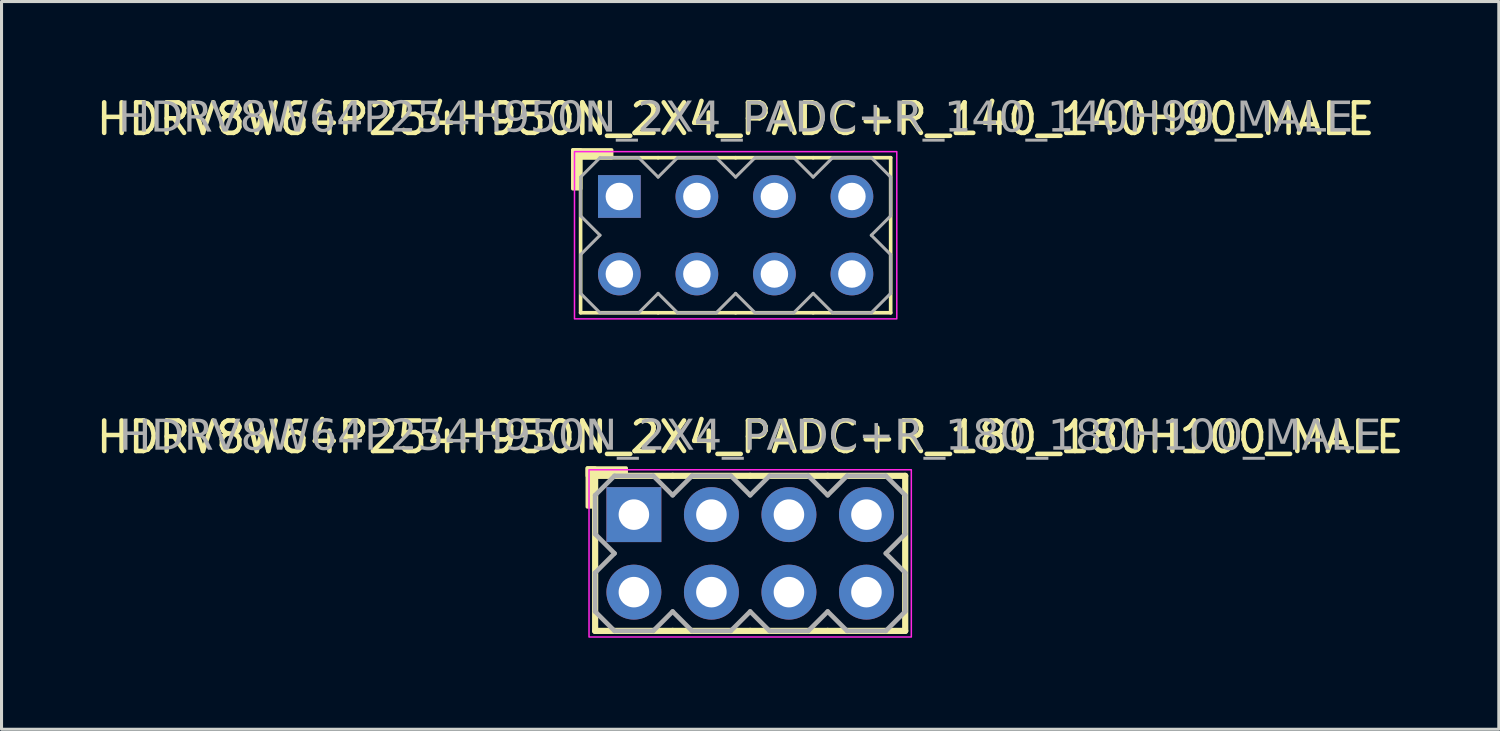
<source format=kicad_pcb>
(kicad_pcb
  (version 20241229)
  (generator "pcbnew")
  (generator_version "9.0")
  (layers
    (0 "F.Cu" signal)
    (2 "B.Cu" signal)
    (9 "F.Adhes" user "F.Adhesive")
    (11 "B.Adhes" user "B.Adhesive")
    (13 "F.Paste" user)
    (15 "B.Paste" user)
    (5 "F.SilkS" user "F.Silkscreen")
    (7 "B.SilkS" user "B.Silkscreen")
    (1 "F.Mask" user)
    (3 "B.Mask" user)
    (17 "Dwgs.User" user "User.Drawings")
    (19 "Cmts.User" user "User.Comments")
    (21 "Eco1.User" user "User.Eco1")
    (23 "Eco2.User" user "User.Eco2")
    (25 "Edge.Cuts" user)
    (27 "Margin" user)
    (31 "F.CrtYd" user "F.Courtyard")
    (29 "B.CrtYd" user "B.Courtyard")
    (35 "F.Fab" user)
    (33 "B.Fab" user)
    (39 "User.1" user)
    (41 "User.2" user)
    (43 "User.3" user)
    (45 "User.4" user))
  (footprint "HDRV8W64P254H950N_2X4_PADC+R_140_140H90_MALE"
    (layer "F.Cu")
    (at 21.054 4.658)
    (property "Reference" "HDRV8W64P254H950N_2X4_PADC+R_140_140H90_MALE" (at 0 -3.81 0) (layer "F.SilkS") (effects (font (size 1 1) (thickness 0.15))))
    (attr through_hole)
    (fp_line (start -5.08 2.54) (end -5.08 -2.54) (stroke (width 0.12) (type solid)) (layer "F.SilkS"))
    (fp_line (start -2.54 -2.54) (end -5.08 -2.54) (stroke (width 0.12) (type solid)) (layer "F.SilkS"))
    (fp_line (start -2.54 2.54) (end -5.08 2.54) (stroke (width 0.12) (type solid)) (layer "F.SilkS"))
    (fp_line (start 0 -2.54) (end -2.54 -2.54) (stroke (width 0.12) (type solid)) (layer "F.SilkS"))
    (fp_line (start 0 2.54) (end -2.54 2.54) (stroke (width 0.12) (type solid)) (layer "F.SilkS"))
    (fp_line (start 2.54 -2.54) (end 0 -2.54) (stroke (width 0.12) (type solid)) (layer "F.SilkS"))
    (fp_line (start 2.54 2.54) (end 0 2.54) (stroke (width 0.12) (type solid)) (layer "F.SilkS"))
    (fp_line (start 5.08 -2.54) (end 2.54 -2.54) (stroke (width 0.12) (type solid)) (layer "F.SilkS"))
    (fp_line (start 5.08 2.54) (end 2.54 2.54) (stroke (width 0.12) (type solid)) (layer "F.SilkS"))
    (fp_line (start 5.08 2.54) (end 5.08 -2.54) (stroke (width 0.12) (type solid)) (layer "F.SilkS"))
    (fp_rect (start -5.334 -1.524) (end -5.08 -2.794) (stroke (width 0.12) (type solid)) (fill yes) (layer "F.SilkS"))
    (fp_rect (start -4.064 -2.54) (end -5.334 -2.794) (stroke (width 0.12) (type solid)) (fill yes) (layer "F.SilkS"))
    (fp_rect (start -5.28 -2.74) (end 5.28 2.74) (stroke (width 0.05) (type default)) (fill no) (layer "F.CrtYd"))
    (fp_line (start -5.08 -1.905) (end -5.08 -0.635) (stroke (width 0.1) (type solid)) (layer "F.Fab"))
    (fp_line (start -5.08 -1.905) (end -4.445 -2.54) (stroke (width 0.1) (type solid)) (layer "F.Fab"))
    (fp_line (start -5.08 0.635) (end -5.08 1.905) (stroke (width 0.1) (type solid)) (layer "F.Fab"))
    (fp_line (start -4.445 -2.54) (end -3.175 -2.54) (stroke (width 0.1) (type solid)) (layer "F.Fab"))
    (fp_line (start -4.445 0) (end -5.08 -0.635) (stroke (width 0.1) (type solid)) (layer "F.Fab"))
    (fp_line (start -4.445 0) (end -5.08 0.635) (stroke (width 0.1) (type solid)) (layer "F.Fab"))
    (fp_line (start -4.445 2.54) (end -5.08 1.905) (stroke (width 0.1) (type solid)) (layer "F.Fab"))
    (fp_line (start -3.175 -2.54) (end -2.54 -1.905) (stroke (width 0.1) (type solid)) (layer "F.Fab"))
    (fp_line (start -3.175 2.54) (end -4.445 2.54) (stroke (width 0.1) (type solid)) (layer "F.Fab"))
    (fp_line (start -2.54 -1.905) (end -1.905 -2.54) (stroke (width 0.1) (type solid)) (layer "F.Fab"))
    (fp_line (start -2.54 1.905) (end -3.175 2.54) (stroke (width 0.1) (type solid)) (layer "F.Fab"))
    (fp_line (start -1.905 -2.54) (end -0.635 -2.54) (stroke (width 0.1) (type solid)) (layer "F.Fab"))
    (fp_line (start -1.905 2.54) (end -2.54 1.905) (stroke (width 0.1) (type solid)) (layer "F.Fab"))
    (fp_line (start -0.635 -2.54) (end 0 -1.905) (stroke (width 0.1) (type solid)) (layer "F.Fab"))
    (fp_line (start -0.635 2.54) (end -1.905 2.54) (stroke (width 0.1) (type solid)) (layer "F.Fab"))
    (fp_line (start 0 -1.905) (end 0.635 -2.54) (stroke (width 0.1) (type solid)) (layer "F.Fab"))
    (fp_line (start 0 1.905) (end -0.635 2.54) (stroke (width 0.1) (type solid)) (layer "F.Fab"))
    (fp_line (start 0.635 -2.54) (end 1.905 -2.54) (stroke (width 0.1) (type solid)) (layer "F.Fab"))
    (fp_line (start 0.635 2.54) (end 0 1.905) (stroke (width 0.1) (type solid)) (layer "F.Fab"))
    (fp_line (start 1.905 -2.54) (end 2.54 -1.905) (stroke (width 0.1) (type solid)) (layer "F.Fab"))
    (fp_line (start 1.905 2.54) (end 0.635 2.54) (stroke (width 0.1) (type solid)) (layer "F.Fab"))
    (fp_line (start 2.54 -1.905) (end 3.175 -2.54) (stroke (width 0.1) (type solid)) (layer "F.Fab"))
    (fp_line (start 2.54 1.905) (end 1.905 2.54) (stroke (width 0.1) (type solid)) (layer "F.Fab"))
    (fp_line (start 3.175 -2.54) (end 4.445 -2.54) (stroke (width 0.1) (type solid)) (layer "F.Fab"))
    (fp_line (start 3.175 2.54) (end 2.54 1.905) (stroke (width 0.1) (type solid)) (layer "F.Fab"))
    (fp_line (start 4.445 -2.54) (end 5.08 -1.905) (stroke (width 0.1) (type solid)) (layer "F.Fab"))
    (fp_line (start 4.445 0) (end 5.08 0.635) (stroke (width 0.1) (type solid)) (layer "F.Fab"))
    (fp_line (start 4.445 2.54) (end 3.175 2.54) (stroke (width 0.1) (type solid)) (layer "F.Fab"))
    (fp_line (start 5.08 -1.905) (end 5.08 -0.635) (stroke (width 0.1) (type solid)) (layer "F.Fab"))
    (fp_line (start 5.08 -0.635) (end 4.445 0) (stroke (width 0.1) (type solid)) (layer "F.Fab"))
    (fp_line (start 5.08 0.635) (end 5.08 1.905) (stroke (width 0.1) (type solid)) (layer "F.Fab"))
    (fp_line (start 5.08 1.905) (end 4.445 2.54) (stroke (width 0.1) (type solid)) (layer "F.Fab"))
    (fp_rect (start -3.556 -1.524) (end -4.064 -1.016) (stroke (width 0.1) (type solid)) (fill no) (layer "F.Fab"))
    (fp_rect (start -3.556 1.016) (end -4.064 1.524) (stroke (width 0.1) (type solid)) (fill no) (layer "F.Fab"))
    (fp_rect (start -1.016 -1.524) (end -1.524 -1.016) (stroke (width 0.1) (type solid)) (fill no) (layer "F.Fab"))
    (fp_rect (start -1.016 1.016) (end -1.524 1.524) (stroke (width 0.1) (type solid)) (fill no) (layer "F.Fab"))
    (fp_rect (start 1.524 -1.524) (end 1.016 -1.016) (stroke (width 0.1) (type solid)) (fill no) (layer "F.Fab"))
    (fp_rect (start 1.524 1.016) (end 1.016 1.524) (stroke (width 0.1) (type solid)) (fill no) (layer "F.Fab"))
    (fp_rect (start 4.064 -1.524) (end 3.556 -1.016) (stroke (width 0.1) (type solid)) (fill no) (layer "F.Fab"))
    (fp_rect (start 4.064 1.016) (end 3.556 1.524) (stroke (width 0.1) (type solid)) (fill no) (layer "F.Fab"))
    (fp_text user "${REFERENCE}" (at 0 -3.81 0) (layer "F.Fab") (effects (font (face "Tahoma") (size 1 1) (thickness 0.15))))
    (pad "1" thru_hole rect (at -3.81 -1.27) (size 1.4 1.4) (drill 0.9) (layers "*.Cu" "*.Mask"))
    (pad "2" thru_hole circle (at -3.81 1.27) (size 1.4 1.4) (drill 0.9) (layers "*.Cu" "*.Mask"))
    (pad "3" thru_hole circle (at -1.27 -1.27) (size 1.4 1.4) (drill 0.9) (layers "*.Cu" "*.Mask"))
    (pad "4" thru_hole circle (at -1.27 1.27) (size 1.4 1.4) (drill 0.9) (layers "*.Cu" "*.Mask"))
    (pad "5" thru_hole circle (at 1.27 -1.27) (size 1.4 1.4) (drill 0.9) (layers "*.Cu" "*.Mask"))
    (pad "6" thru_hole circle (at 1.27 1.27) (size 1.4 1.4) (drill 0.9) (layers "*.Cu" "*.Mask"))
    (pad "7" thru_hole circle (at 3.81 -1.27) (size 1.4 1.4) (drill 0.9) (layers "*.Cu" "*.Mask"))
    (pad "8" thru_hole circle (at 3.81 1.27) (size 1.4 1.4) (drill 0.9) (layers "*.Cu" "*.Mask")))
  (footprint "HDRV8W64P254H950N_2X4_PADC+R_180_180H100_MALE"
    (layer "F.Cu")
    (at 21.53 15.082)
    (property "Reference" "HDRV8W64P254H950N_2X4_PADC+R_180_180H100_MALE" (at 0 -3.81 0) (layer "F.SilkS") (effects (font (size 1 1) (thickness 0.15))))
    (attr through_hole)
    (fp_line (start -5.08 2.54) (end -5.08 -2.54) (stroke (width 0.203) (type solid)) (layer "F.SilkS"))
    (fp_line (start -2.54 -2.54) (end -5.08 -2.54) (stroke (width 0.203) (type solid)) (layer "F.SilkS"))
    (fp_line (start -2.54 2.54) (end -5.08 2.54) (stroke (width 0.203) (type solid)) (layer "F.SilkS"))
    (fp_line (start 0 -2.54) (end -2.54 -2.54) (stroke (width 0.203) (type solid)) (layer "F.SilkS"))
    (fp_line (start 0 2.54) (end -2.54 2.54) (stroke (width 0.203) (type solid)) (layer "F.SilkS"))
    (fp_line (start 2.54 -2.54) (end 0 -2.54) (stroke (width 0.203) (type solid)) (layer "F.SilkS"))
    (fp_line (start 2.54 2.54) (end 0 2.54) (stroke (width 0.203) (type solid)) (layer "F.SilkS"))
    (fp_line (start 5.08 -2.54) (end 2.54 -2.54) (stroke (width 0.203) (type solid)) (layer "F.SilkS"))
    (fp_line (start 5.08 2.54) (end 2.54 2.54) (stroke (width 0.203) (type solid)) (layer "F.SilkS"))
    (fp_line (start 5.08 2.54) (end 5.08 -2.54) (stroke (width 0.203) (type solid)) (layer "F.SilkS"))
    (fp_rect (start -5.334 -1.524) (end -5.08 -2.794) (stroke (width 0.12) (type solid)) (fill yes) (layer "F.SilkS"))
    (fp_rect (start -4.064 -2.54) (end -5.334 -2.794) (stroke (width 0.12) (type solid)) (fill yes) (layer "F.SilkS"))
    (fp_rect (start -5.28 -2.74) (end 5.28 2.74) (stroke (width 0.05) (type default)) (fill no) (layer "F.CrtYd"))
    (fp_line (start -5.08 -1.905) (end -5.08 -0.635) (stroke (width 0.152) (type solid)) (layer "F.Fab"))
    (fp_line (start -5.08 -1.905) (end -4.445 -2.54) (stroke (width 0.152) (type solid)) (layer "F.Fab"))
    (fp_line (start -5.08 0.635) (end -5.08 1.905) (stroke (width 0.152) (type solid)) (layer "F.Fab"))
    (fp_line (start -4.445 -2.54) (end -3.175 -2.54) (stroke (width 0.152) (type solid)) (layer "F.Fab"))
    (fp_line (start -4.445 0) (end -5.08 -0.635) (stroke (width 0.152) (type solid)) (layer "F.Fab"))
    (fp_line (start -4.445 0) (end -5.08 0.635) (stroke (width 0.152) (type solid)) (layer "F.Fab"))
    (fp_line (start -4.445 2.54) (end -5.08 1.905) (stroke (width 0.152) (type solid)) (layer "F.Fab"))
    (fp_line (start -3.175 -2.54) (end -2.54 -1.905) (stroke (width 0.152) (type solid)) (layer "F.Fab"))
    (fp_line (start -3.175 2.54) (end -4.445 2.54) (stroke (width 0.152) (type solid)) (layer "F.Fab"))
    (fp_line (start -2.54 -1.905) (end -1.905 -2.54) (stroke (width 0.152) (type solid)) (layer "F.Fab"))
    (fp_line (start -2.54 1.905) (end -3.175 2.54) (stroke (width 0.152) (type solid)) (layer "F.Fab"))
    (fp_line (start -1.905 -2.54) (end -0.635 -2.54) (stroke (width 0.152) (type solid)) (layer "F.Fab"))
    (fp_line (start -1.905 2.54) (end -2.54 1.905) (stroke (width 0.152) (type solid)) (layer "F.Fab"))
    (fp_line (start -0.635 -2.54) (end 0 -1.905) (stroke (width 0.152) (type solid)) (layer "F.Fab"))
    (fp_line (start -0.635 2.54) (end -1.905 2.54) (stroke (width 0.152) (type solid)) (layer "F.Fab"))
    (fp_line (start 0 -1.905) (end 0.635 -2.54) (stroke (width 0.152) (type solid)) (layer "F.Fab"))
    (fp_line (start 0 1.905) (end -0.635 2.54) (stroke (width 0.152) (type solid)) (layer "F.Fab"))
    (fp_line (start 0.635 -2.54) (end 1.905 -2.54) (stroke (width 0.152) (type solid)) (layer "F.Fab"))
    (fp_line (start 0.635 2.54) (end 0 1.905) (stroke (width 0.152) (type solid)) (layer "F.Fab"))
    (fp_line (start 1.905 -2.54) (end 2.54 -1.905) (stroke (width 0.152) (type solid)) (layer "F.Fab"))
    (fp_line (start 1.905 2.54) (end 0.635 2.54) (stroke (width 0.152) (type solid)) (layer "F.Fab"))
    (fp_line (start 2.54 -1.905) (end 3.175 -2.54) (stroke (width 0.152) (type solid)) (layer "F.Fab"))
    (fp_line (start 2.54 1.905) (end 1.905 2.54) (stroke (width 0.152) (type solid)) (layer "F.Fab"))
    (fp_line (start 3.175 -2.54) (end 4.445 -2.54) (stroke (width 0.152) (type solid)) (layer "F.Fab"))
    (fp_line (start 3.175 2.54) (end 2.54 1.905) (stroke (width 0.152) (type solid)) (layer "F.Fab"))
    (fp_line (start 4.445 -2.54) (end 5.08 -1.905) (stroke (width 0.152) (type solid)) (layer "F.Fab"))
    (fp_line (start 4.445 0) (end 5.08 0.635) (stroke (width 0.152) (type solid)) (layer "F.Fab"))
    (fp_line (start 4.445 2.54) (end 3.175 2.54) (stroke (width 0.152) (type solid)) (layer "F.Fab"))
    (fp_line (start 5.08 -1.905) (end 5.08 -0.635) (stroke (width 0.152) (type solid)) (layer "F.Fab"))
    (fp_line (start 5.08 -0.635) (end 4.445 0) (stroke (width 0.152) (type solid)) (layer "F.Fab"))
    (fp_line (start 5.08 0.635) (end 5.08 1.905) (stroke (width 0.152) (type solid)) (layer "F.Fab"))
    (fp_line (start 5.08 1.905) (end 4.445 2.54) (stroke (width 0.152) (type solid)) (layer "F.Fab"))
    (fp_rect (start -3.556 -1.524) (end -4.064 -1.016) (stroke (width 0.152) (type solid)) (fill no) (layer "F.Fab"))
    (fp_rect (start -3.556 1.016) (end -4.064 1.524) (stroke (width 0.152) (type solid)) (fill no) (layer "F.Fab"))
    (fp_rect (start -1.016 -1.524) (end -1.524 -1.016) (stroke (width 0.152) (type solid)) (fill no) (layer "F.Fab"))
    (fp_rect (start -1.016 1.016) (end -1.524 1.524) (stroke (width 0.152) (type solid)) (fill no) (layer "F.Fab"))
    (fp_rect (start 1.524 -1.524) (end 1.016 -1.016) (stroke (width 0.152) (type solid)) (fill no) (layer "F.Fab"))
    (fp_rect (start 1.524 1.016) (end 1.016 1.524) (stroke (width 0.152) (type solid)) (fill no) (layer "F.Fab"))
    (fp_rect (start 4.064 -1.524) (end 3.556 -1.016) (stroke (width 0.152) (type solid)) (fill no) (layer "F.Fab"))
    (fp_rect (start 4.064 1.016) (end 3.556 1.524) (stroke (width 0.152) (type solid)) (fill no) (layer "F.Fab"))
    (fp_text user "${REFERENCE}" (at 0 -3.81 0) (layer "F.Fab") (effects (font (face "Tahoma") (size 1 1) (thickness 0.15))))
    (pad "1" thru_hole rect (at -3.81 -1.27) (size 1.8 1.8) (drill 1) (layers "*.Cu" "*.Mask"))
    (pad "2" thru_hole circle (at -3.81 1.27) (size 1.8 1.8) (drill 1) (layers "*.Cu" "*.Mask"))
    (pad "3" thru_hole circle (at -1.27 -1.27) (size 1.8 1.8) (drill 1) (layers "*.Cu" "*.Mask"))
    (pad "4" thru_hole circle (at -1.27 1.27) (size 1.8 1.8) (drill 1) (layers "*.Cu" "*.Mask"))
    (pad "5" thru_hole circle (at 1.27 -1.27) (size 1.8 1.8) (drill 1) (layers "*.Cu" "*.Mask"))
    (pad "6" thru_hole circle (at 1.27 1.27) (size 1.8 1.8) (drill 1) (layers "*.Cu" "*.Mask"))
    (pad "7" thru_hole circle (at 3.81 -1.27) (size 1.8 1.8) (drill 1) (layers "*.Cu" "*.Mask"))
    (pad "8" thru_hole circle (at 3.81 1.27) (size 1.8 1.8) (drill 1) (layers "*.Cu" "*.Mask")))
  (gr_rect
    (start -3 -3)
    (end 46.06 20.846)
    (stroke (width 0.1) (type default))
    (fill no)
    (layer "Edge.Cuts")))
</source>
